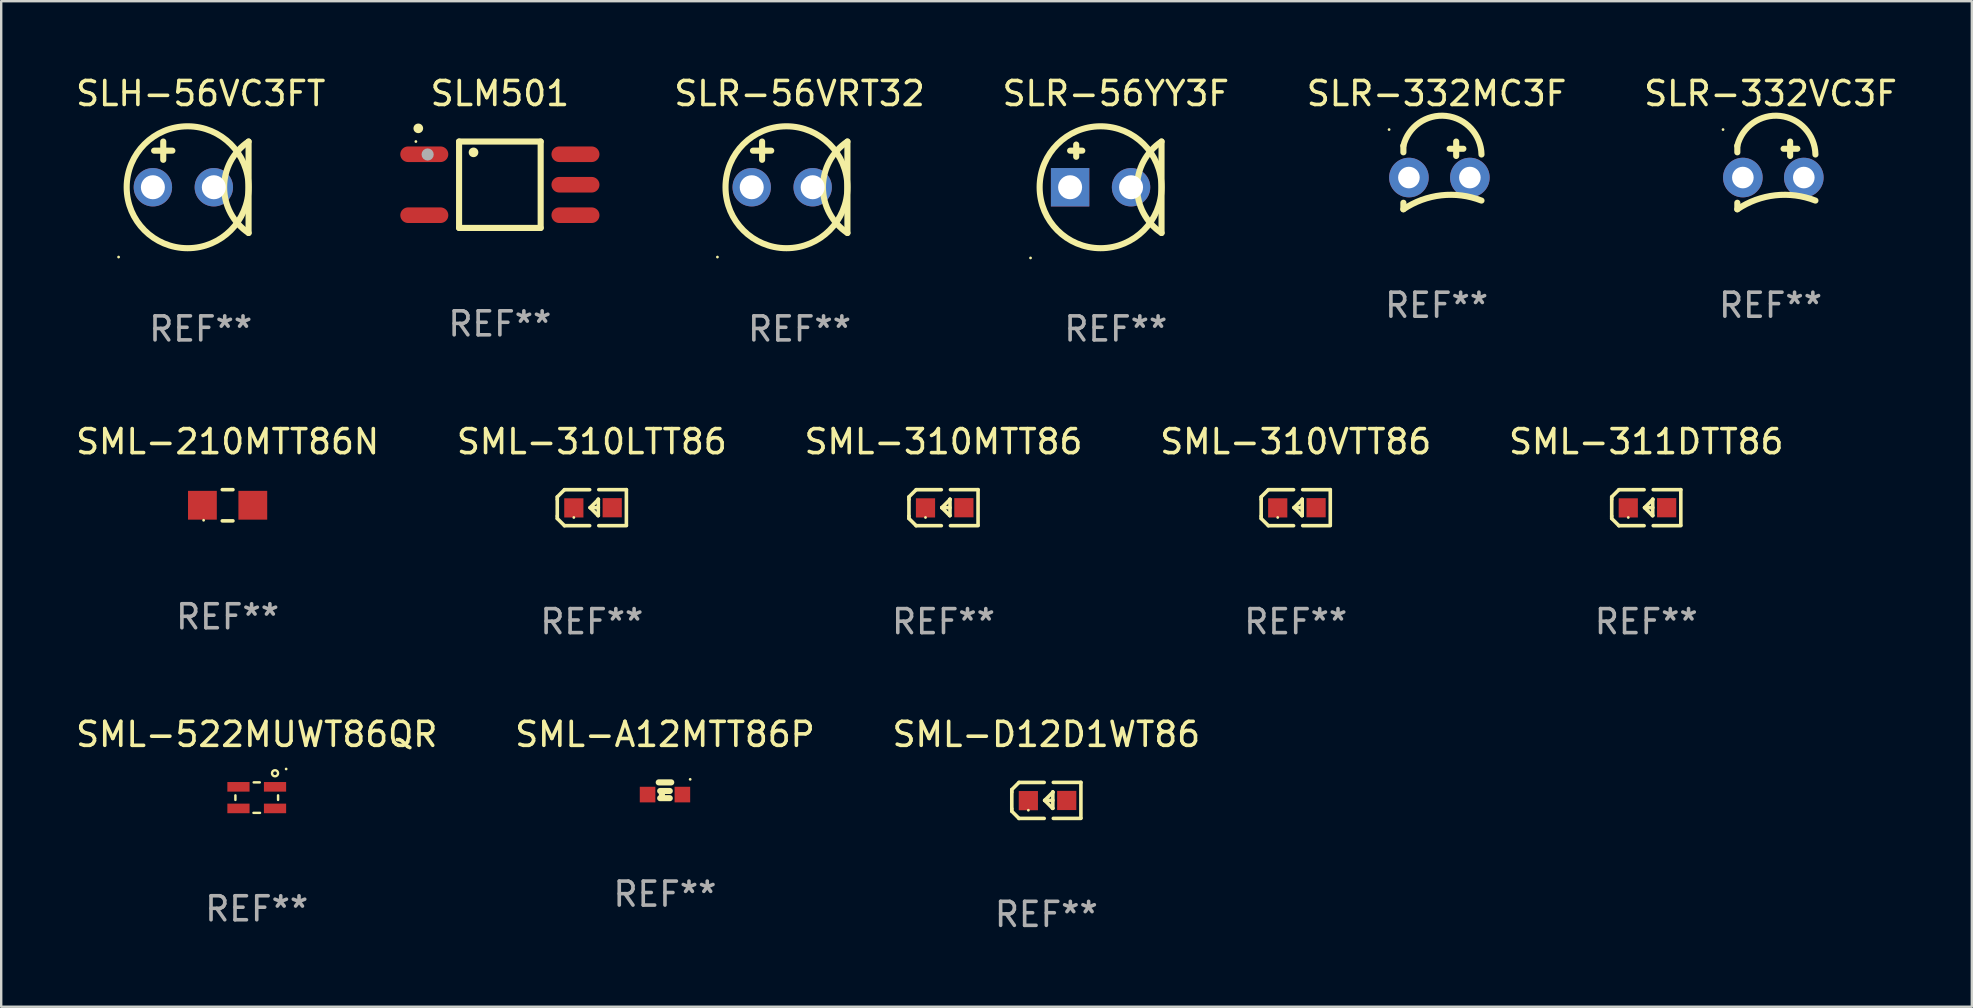
<source format=kicad_pcb>
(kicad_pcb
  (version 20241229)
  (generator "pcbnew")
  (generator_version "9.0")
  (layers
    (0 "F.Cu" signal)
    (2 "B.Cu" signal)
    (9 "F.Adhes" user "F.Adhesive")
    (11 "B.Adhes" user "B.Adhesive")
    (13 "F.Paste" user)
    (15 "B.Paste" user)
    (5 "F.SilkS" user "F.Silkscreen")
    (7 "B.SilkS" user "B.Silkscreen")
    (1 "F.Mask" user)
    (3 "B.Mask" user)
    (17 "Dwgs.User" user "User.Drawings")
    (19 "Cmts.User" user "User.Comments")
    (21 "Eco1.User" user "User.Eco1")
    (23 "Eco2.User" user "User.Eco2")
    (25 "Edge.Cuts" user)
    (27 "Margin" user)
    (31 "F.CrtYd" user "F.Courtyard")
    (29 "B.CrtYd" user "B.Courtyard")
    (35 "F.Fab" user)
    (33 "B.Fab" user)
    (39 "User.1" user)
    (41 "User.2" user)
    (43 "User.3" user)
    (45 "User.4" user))
  (footprint "SML-522MUWT86QR"
    (layer "F.Cu")
    (at 7.649 30.189)
    (property "Reference" "SML-522MUWT86QR" (at 0 -2.635 0) (layer "F.SilkS") (effects (font (size 1 1) (thickness 0.15))))
    (attr through_hole)
    (fp_line (start -0.889 -0.095) (end -0.889 0.095) (stroke (width 0.102) (type solid)) (layer "F.SilkS"))
    (fp_line (start -0.136 0.635) (end 0.136 0.635) (stroke (width 0.102) (type solid)) (layer "F.SilkS"))
    (fp_line (start -0.127 -0.635) (end 0.127 -0.635) (stroke (width 0.102) (type solid)) (layer "F.SilkS"))
    (fp_line (start 0.889 -0.095) (end 0.889 0.095) (stroke (width 0.102) (type solid)) (layer "F.SilkS"))
    (fp_circle (center 0.762 -1.016) (end 0.889 -1.016) (stroke (width 0.1) (type solid)) (fill no) (layer "F.SilkS"))
    (fp_circle (center 1.225 -1.193) (end 1.255 -1.193) (stroke (width 0.06) (type solid)) (fill no) (layer "F.SilkS"))
    (fp_text user "REF**" (at 0 4.635 0) (layer "F.Fab") (effects (font (size 1 1) (thickness 0.15))))
    (pad "1" smd rect (at 0.762 -0.45 90) (size 0.4 0.925) (layers "F.Cu" "F.Mask" "F.Paste"))
    (pad "2" smd rect (at -0.762 -0.45 90) (size 0.4 0.925) (layers "F.Cu" "F.Mask" "F.Paste"))
    (pad "3" smd rect (at 0.762 0.45 90) (size 0.4 0.925) (layers "F.Cu" "F.Mask" "F.Paste"))
    (pad "4" smd rect (at -0.762 0.45 90) (size 0.4 0.925) (layers "F.Cu" "F.Mask" "F.Paste")))
  (footprint "SML-A12MTT86P"
    (layer "F.Cu")
    (at 24.661 29.883)
    (property "Reference" "SML-A12MTT86P" (at 0 -2.329 0) (layer "F.SilkS") (effects (font (size 1 1) (thickness 0.15))))
    (attr through_hole)
    (fp_line (start -0.26 -0.329) (end 0.261 -0.329) (stroke (width 0.254) (type solid)) (layer "F.SilkS"))
    (fp_line (start -0.2 0.329) (end 0.2 0.329) (stroke (width 0.254) (type solid)) (layer "F.SilkS"))
    (fp_line (start -0.127 0.306) (end -0.127 0.052) (stroke (width 0.254) (type solid)) (layer "F.SilkS"))
    (fp_line (start 0.2 0.029) (end -0.2 0.029) (stroke (width 0.254) (type solid)) (layer "F.SilkS"))
    (fp_circle (center 1.05 -0.456) (end 1.08 -0.456) (stroke (width 0.06) (type solid)) (fill no) (layer "F.SilkS"))
    (fp_text user "REF**" (at 0 4.329 0) (layer "F.Fab") (effects (font (size 1 1) (thickness 0.15))))
    (pad "1" smd rect (at 0.725 0.179) (size 0.65 0.65) (layers "F.Cu" "F.Mask" "F.Paste"))
    (pad "2" smd rect (at -0.725 0.179) (size 0.65 0.65) (layers "F.Cu" "F.Mask" "F.Paste")))
  (footprint "SML-310VTT86"
    (layer "F.Cu")
    (at 50.946 18.106)
    (property "Reference" "SML-310VTT86" (at 0 -2.751 0) (layer "F.SilkS") (effects (font (size 1 1) (thickness 0.15))))
    (attr through_hole)
    (fp_line (start -1.44 -0.449) (end -1.14 -0.749) (stroke (width 0.15) (type solid)) (layer "F.SilkS"))
    (fp_line (start -1.44 -0.349) (end -1.44 -0.449) (stroke (width 0.15) (type solid)) (layer "F.SilkS"))
    (fp_line (start -1.44 -0.349) (end -1.44 0.351) (stroke (width 0.15) (type solid)) (layer "F.SilkS"))
    (fp_line (start -1.44 0.351) (end -1.44 0.451) (stroke (width 0.15) (type solid)) (layer "F.SilkS"))
    (fp_line (start -1.44 0.451) (end -1.14 0.751) (stroke (width 0.15) (type solid)) (layer "F.SilkS"))
    (fp_line (start -0.09 -0.749) (end -1.14 -0.749) (stroke (width 0.15) (type solid)) (layer "F.SilkS"))
    (fp_line (start -0.09 0.751) (end -1.14 0.751) (stroke (width 0.15) (type solid)) (layer "F.SilkS"))
    (fp_line (start 0.26 0.329) (end -0.07 -0.001) (stroke (width 0.15) (type solid)) (layer "F.SilkS"))
    (fp_line (start 0.27 -0.351) (end 0.27 -0.341) (stroke (width 0.15) (type solid)) (layer "F.SilkS"))
    (fp_line (start 0.27 -0.351) (end 0.27 0.329) (stroke (width 0.15) (type solid)) (layer "F.SilkS"))
    (fp_line (start 0.27 -0.341) (end -0.07 -0.001) (stroke (width 0.15) (type solid)) (layer "F.SilkS"))
    (fp_line (start 0.27 -0.001) (end -0.07 -0.001) (stroke (width 0.15) (type solid)) (layer "F.SilkS"))
    (fp_line (start 0.27 0.329) (end 0.26 0.329) (stroke (width 0.15) (type solid)) (layer "F.SilkS"))
    (fp_line (start 0.29 -0.751) (end 1.44 -0.751) (stroke (width 0.15) (type solid)) (layer "F.SilkS"))
    (fp_line (start 0.29 0.749) (end 1.44 0.749) (stroke (width 0.15) (type solid)) (layer "F.SilkS"))
    (fp_line (start 1.44 -0.751) (end 1.44 0.729) (stroke (width 0.15) (type solid)) (layer "F.SilkS"))
    (fp_circle (center -0.75 0.409) (end -0.72 0.409) (stroke (width 0.06) (type solid)) (fill no) (layer "F.SilkS"))
    (fp_text user "REF**" (at 0 4.751 0) (layer "F.Fab") (effects (font (size 1 1) (thickness 0.15))))
    (pad "1" smd rect (at -0.75 0.009 90) (size 0.8 0.8) (layers "F.Cu" "F.Mask" "F.Paste"))
    (pad "2" smd rect (at 0.849 0.002 90) (size 0.8 0.8) (layers "F.Cu" "F.Mask" "F.Paste")))
  (footprint "SLR-56VRT32"
    (layer "F.Cu")
    (at 30.27 4.753)
    (property "Reference" "SLR-56VRT32" (at 0 -3.905 0) (layer "F.SilkS") (effects (font (size 1 1) (thickness 0.15))))
    (attr through_hole)
    (fp_line (start -1.943 -1.524) (end -1.181 -1.524) (stroke (width 0.254) (type solid)) (layer "F.SilkS"))
    (fp_line (start -1.562 -1.143) (end -1.562 -1.905) (stroke (width 0.254) (type solid)) (layer "F.SilkS"))
    (fp_line (start 1.994 1.905) (end 1.994 -1.905) (stroke (width 0.254) (type solid)) (layer "F.SilkS"))
    (fp_arc (start 1.993899 1.905) (mid 0.974377 0) (end 1.993899 -1.905) (stroke (width 0.254001) (type solid)) (layer "F.SilkS"))
    (fp_circle (center -3.423 2.909) (end -3.393 2.909) (stroke (width 0.06) (type solid)) (fill no) (layer "F.SilkS"))
    (fp_circle (center -0.546 0) (end 1.994 0) (stroke (width 0.254) (type solid)) (fill no) (layer "F.SilkS"))
    (fp_text user "REF**" (at 0 5.905 0) (layer "F.Fab") (effects (font (size 1 1) (thickness 0.15))))
    (pad "1" thru_hole circle (at -1.994 0) (size 1.6 1.6) (drill 1) (layers "*.Cu" "*.Mask"))
    (pad "2" thru_hole circle (at 0.546 0) (size 1.6 1.6) (drill 1) (layers "*.Cu" "*.Mask")))
  (footprint "SLR-56YY3F"
    (layer "F.Cu")
    (at 43.449 4.753)
    (property "Reference" "SLR-56YY3F" (at 0 -3.905 0) (layer "F.SilkS") (effects (font (size 1 1) (thickness 0.15))))
    (attr through_hole)
    (fp_line (start -1.905 -1.524) (end -1.397 -1.524) (stroke (width 0.254) (type solid)) (layer "F.SilkS"))
    (fp_line (start -1.651 -1.778) (end -1.651 -1.27) (stroke (width 0.254) (type solid)) (layer "F.SilkS"))
    (fp_line (start 1.905 1.905) (end 1.905 -1.905) (stroke (width 0.254) (type solid)) (layer "F.SilkS"))
    (fp_arc (start 1.904999 1.905) (mid 0.885477 0) (end 1.904999 -1.905) (stroke (width 0.254001) (type solid)) (layer "F.SilkS"))
    (fp_circle (center -3.554 2.946) (end -3.524 2.946) (stroke (width 0.06) (type solid)) (fill no) (layer "F.SilkS"))
    (fp_circle (center -0.635 0) (end 1.905 0) (stroke (width 0.254) (type solid)) (fill no) (layer "F.SilkS"))
    (fp_text user "REF**" (at 0 5.905 0) (layer "F.Fab") (effects (font (size 1 1) (thickness 0.15))))
    (pad "1" thru_hole rect (at -1.905 0) (size 1.6 1.6) (drill 1) (layers "*.Cu" "*.Mask"))
    (pad "2" thru_hole circle (at 0.635 0) (size 1.6 1.6) (drill 1) (layers "*.Cu" "*.Mask")))
  (footprint "SLR-332VC3F"
    (layer "F.Cu")
    (at 70.734 4.26)
    (property "Reference" "SLR-332VC3F" (at 0 -3.411 0) (layer "F.SilkS") (effects (font (size 1 1) (thickness 0.15))))
    (attr through_hole)
    (fp_line (start -1.385 -1.234) (end -1.385 -0.962) (stroke (width 0.254) (type solid)) (layer "F.SilkS"))
    (fp_line (start -1.385 1.139) (end -1.385 1.411) (stroke (width 0.254) (type solid)) (layer "F.SilkS"))
    (fp_line (start 0.542 -1.111) (end 1.115 -1.111) (stroke (width 0.254) (type solid)) (layer "F.SilkS"))
    (fp_line (start 0.815 -1.411) (end 0.815 -0.811) (stroke (width 0.254) (type solid)) (layer "F.SilkS"))
    (fp_arc (start -1.385002 -1.234341) (mid 0.401104 -2.478941) (end 1.869406 -0.871679) (stroke (width 0.254001) (type solid)) (layer "F.SilkS"))
    (fp_arc (start -1.385001 1.41143) (mid 0.197508 0.829029) (end 1.869405 1.048768) (stroke (width 0.254001) (type solid)) (layer "F.SilkS"))
    (fp_circle (center -1.981 -1.911) (end -1.951 -1.911) (stroke (width 0.06) (type solid)) (fill no) (layer "F.SilkS"))
    (fp_text user "REF**" (at 0 5.411 0) (layer "F.Fab") (effects (font (size 1 1) (thickness 0.15))))
    (pad "1" thru_hole circle (at -1.155 0.089) (size 1.651 1.651) (drill 0.9) (layers "*.Cu" "*.Mask"))
    (pad "2" thru_hole circle (at 1.385 0.089) (size 1.651 1.651) (drill 0.9) (layers "*.Cu" "*.Mask")))
  (footprint "SLH-56VC3FT"
    (layer "F.Cu")
    (at 5.315 4.753)
    (property "Reference" "SLH-56VC3FT" (at 0 -3.905 0) (layer "F.SilkS") (effects (font (size 1 1) (thickness 0.15))))
    (attr through_hole)
    (fp_line (start -1.943 -1.524) (end -1.181 -1.524) (stroke (width 0.254) (type solid)) (layer "F.SilkS"))
    (fp_line (start -1.562 -1.143) (end -1.562 -1.905) (stroke (width 0.254) (type solid)) (layer "F.SilkS"))
    (fp_line (start 1.994 1.905) (end 1.994 -1.905) (stroke (width 0.254) (type solid)) (layer "F.SilkS"))
    (fp_arc (start 1.993899 1.905) (mid 0.974377 0) (end 1.993899 -1.905) (stroke (width 0.254001) (type solid)) (layer "F.SilkS"))
    (fp_circle (center -3.423 2.909) (end -3.393 2.909) (stroke (width 0.06) (type solid)) (fill no) (layer "F.SilkS"))
    (fp_circle (center -0.546 0) (end 1.994 0) (stroke (width 0.254) (type solid)) (fill no) (layer "F.SilkS"))
    (fp_text user "REF**" (at 0 5.905 0) (layer "F.Fab") (effects (font (size 1 1) (thickness 0.15))))
    (pad "1" thru_hole circle (at -1.994 0) (size 1.6 1.6) (drill 1) (layers "*.Cu" "*.Mask"))
    (pad "2" thru_hole circle (at 0.546 0) (size 1.6 1.6) (drill 1) (layers "*.Cu" "*.Mask")))
  (footprint "SML-311DTT86"
    (layer "F.Cu")
    (at 65.554 18.106)
    (property "Reference" "SML-311DTT86" (at 0 -2.751 0) (layer "F.SilkS") (effects (font (size 1 1) (thickness 0.15))))
    (attr through_hole)
    (fp_line (start -1.44 -0.449) (end -1.14 -0.749) (stroke (width 0.15) (type solid)) (layer "F.SilkS"))
    (fp_line (start -1.44 -0.349) (end -1.44 -0.449) (stroke (width 0.15) (type solid)) (layer "F.SilkS"))
    (fp_line (start -1.44 -0.349) (end -1.44 0.351) (stroke (width 0.15) (type solid)) (layer "F.SilkS"))
    (fp_line (start -1.44 0.351) (end -1.44 0.451) (stroke (width 0.15) (type solid)) (layer "F.SilkS"))
    (fp_line (start -1.44 0.451) (end -1.14 0.751) (stroke (width 0.15) (type solid)) (layer "F.SilkS"))
    (fp_line (start -0.09 -0.749) (end -1.14 -0.749) (stroke (width 0.15) (type solid)) (layer "F.SilkS"))
    (fp_line (start -0.09 0.751) (end -1.14 0.751) (stroke (width 0.15) (type solid)) (layer "F.SilkS"))
    (fp_line (start 0.26 0.329) (end -0.07 -0.001) (stroke (width 0.15) (type solid)) (layer "F.SilkS"))
    (fp_line (start 0.27 -0.351) (end 0.27 -0.341) (stroke (width 0.15) (type solid)) (layer "F.SilkS"))
    (fp_line (start 0.27 -0.351) (end 0.27 0.329) (stroke (width 0.15) (type solid)) (layer "F.SilkS"))
    (fp_line (start 0.27 -0.341) (end -0.07 -0.001) (stroke (width 0.15) (type solid)) (layer "F.SilkS"))
    (fp_line (start 0.27 -0.001) (end -0.07 -0.001) (stroke (width 0.15) (type solid)) (layer "F.SilkS"))
    (fp_line (start 0.27 0.329) (end 0.26 0.329) (stroke (width 0.15) (type solid)) (layer "F.SilkS"))
    (fp_line (start 0.29 -0.751) (end 1.44 -0.751) (stroke (width 0.15) (type solid)) (layer "F.SilkS"))
    (fp_line (start 0.29 0.749) (end 1.44 0.749) (stroke (width 0.15) (type solid)) (layer "F.SilkS"))
    (fp_line (start 1.44 -0.751) (end 1.44 0.729) (stroke (width 0.15) (type solid)) (layer "F.SilkS"))
    (fp_circle (center -0.75 0.409) (end -0.72 0.409) (stroke (width 0.06) (type solid)) (fill no) (layer "F.SilkS"))
    (fp_text user "REF**" (at 0 4.751 0) (layer "F.Fab") (effects (font (size 1 1) (thickness 0.15))))
    (pad "1" smd rect (at -0.75 0.009 90) (size 0.8 0.8) (layers "F.Cu" "F.Mask" "F.Paste"))
    (pad "2" smd rect (at 0.849 0.002 90) (size 0.8 0.8) (layers "F.Cu" "F.Mask" "F.Paste")))
  (footprint "SLR-332MC3F"
    (layer "F.Cu")
    (at 56.818 4.26)
    (property "Reference" "SLR-332MC3F" (at 0 -3.411 0) (layer "F.SilkS") (effects (font (size 1 1) (thickness 0.15))))
    (attr through_hole)
    (fp_line (start -1.385 -1.234) (end -1.385 -0.962) (stroke (width 0.254) (type solid)) (layer "F.SilkS"))
    (fp_line (start -1.385 1.139) (end -1.385 1.411) (stroke (width 0.254) (type solid)) (layer "F.SilkS"))
    (fp_line (start 0.542 -1.111) (end 1.115 -1.111) (stroke (width 0.254) (type solid)) (layer "F.SilkS"))
    (fp_line (start 0.815 -1.411) (end 0.815 -0.811) (stroke (width 0.254) (type solid)) (layer "F.SilkS"))
    (fp_arc (start -1.385002 -1.234341) (mid 0.401104 -2.478941) (end 1.869406 -0.871679) (stroke (width 0.254001) (type solid)) (layer "F.SilkS"))
    (fp_arc (start -1.385001 1.41143) (mid 0.197508 0.829029) (end 1.869405 1.048768) (stroke (width 0.254001) (type solid)) (layer "F.SilkS"))
    (fp_circle (center -1.981 -1.911) (end -1.951 -1.911) (stroke (width 0.06) (type solid)) (fill no) (layer "F.SilkS"))
    (fp_text user "REF**" (at 0 5.411 0) (layer "F.Fab") (effects (font (size 1 1) (thickness 0.15))))
    (pad "1" thru_hole circle (at -1.155 0.089) (size 1.651 1.651) (drill 0.9) (layers "*.Cu" "*.Mask"))
    (pad "2" thru_hole circle (at 1.385 0.089) (size 1.651 1.651) (drill 0.9) (layers "*.Cu" "*.Mask")))
  (footprint "SML-D12D1WT86"
    (layer "F.Cu")
    (at 40.554 30.305)
    (property "Reference" "SML-D12D1WT86" (at 0 -2.751 0) (layer "F.SilkS") (effects (font (size 1 1) (thickness 0.15))))
    (attr through_hole)
    (fp_line (start -1.44 -0.449) (end -1.14 -0.749) (stroke (width 0.15) (type solid)) (layer "F.SilkS"))
    (fp_line (start -1.44 -0.349) (end -1.44 -0.449) (stroke (width 0.15) (type solid)) (layer "F.SilkS"))
    (fp_line (start -1.44 -0.349) (end -1.44 0.351) (stroke (width 0.15) (type solid)) (layer "F.SilkS"))
    (fp_line (start -1.44 0.351) (end -1.44 0.451) (stroke (width 0.15) (type solid)) (layer "F.SilkS"))
    (fp_line (start -1.44 0.451) (end -1.14 0.751) (stroke (width 0.15) (type solid)) (layer "F.SilkS"))
    (fp_line (start -0.09 -0.749) (end -1.14 -0.749) (stroke (width 0.15) (type solid)) (layer "F.SilkS"))
    (fp_line (start -0.09 0.751) (end -1.14 0.751) (stroke (width 0.15) (type solid)) (layer "F.SilkS"))
    (fp_line (start 0.26 0.329) (end -0.07 -0.001) (stroke (width 0.15) (type solid)) (layer "F.SilkS"))
    (fp_line (start 0.27 -0.351) (end 0.27 -0.341) (stroke (width 0.15) (type solid)) (layer "F.SilkS"))
    (fp_line (start 0.27 -0.351) (end 0.27 0.329) (stroke (width 0.15) (type solid)) (layer "F.SilkS"))
    (fp_line (start 0.27 -0.341) (end -0.07 -0.001) (stroke (width 0.15) (type solid)) (layer "F.SilkS"))
    (fp_line (start 0.27 -0.001) (end -0.07 -0.001) (stroke (width 0.15) (type solid)) (layer "F.SilkS"))
    (fp_line (start 0.27 0.329) (end 0.26 0.329) (stroke (width 0.15) (type solid)) (layer "F.SilkS"))
    (fp_line (start 0.29 -0.751) (end 1.44 -0.751) (stroke (width 0.15) (type solid)) (layer "F.SilkS"))
    (fp_line (start 0.29 0.749) (end 1.44 0.749) (stroke (width 0.15) (type solid)) (layer "F.SilkS"))
    (fp_line (start 1.44 -0.751) (end 1.44 0.729) (stroke (width 0.15) (type solid)) (layer "F.SilkS"))
    (fp_circle (center -0.75 0.409) (end -0.72 0.409) (stroke (width 0.06) (type solid)) (fill no) (layer "F.SilkS"))
    (fp_text user "REF**" (at 0 4.751 0) (layer "F.Fab") (effects (font (size 1 1) (thickness 0.15))))
    (pad "1" smd rect (at -0.75 0.009 90) (size 0.8 0.8) (layers "F.Cu" "F.Mask" "F.Paste"))
    (pad "2" smd rect (at 0.849 0.002 90) (size 0.8 0.8) (layers "F.Cu" "F.Mask" "F.Paste")))
  (footprint "SML-310LTT86"
    (layer "F.Cu")
    (at 21.613 18.106)
    (property "Reference" "SML-310LTT86" (at 0 -2.751 0) (layer "F.SilkS") (effects (font (size 1 1) (thickness 0.15))))
    (attr through_hole)
    (fp_line (start -1.44 -0.449) (end -1.14 -0.749) (stroke (width 0.15) (type solid)) (layer "F.SilkS"))
    (fp_line (start -1.44 -0.349) (end -1.44 -0.449) (stroke (width 0.15) (type solid)) (layer "F.SilkS"))
    (fp_line (start -1.44 -0.349) (end -1.44 0.351) (stroke (width 0.15) (type solid)) (layer "F.SilkS"))
    (fp_line (start -1.44 0.351) (end -1.44 0.451) (stroke (width 0.15) (type solid)) (layer "F.SilkS"))
    (fp_line (start -1.44 0.451) (end -1.14 0.751) (stroke (width 0.15) (type solid)) (layer "F.SilkS"))
    (fp_line (start -0.09 -0.749) (end -1.14 -0.749) (stroke (width 0.15) (type solid)) (layer "F.SilkS"))
    (fp_line (start -0.09 0.751) (end -1.14 0.751) (stroke (width 0.15) (type solid)) (layer "F.SilkS"))
    (fp_line (start 0.26 0.329) (end -0.07 -0.001) (stroke (width 0.15) (type solid)) (layer "F.SilkS"))
    (fp_line (start 0.27 -0.351) (end 0.27 -0.341) (stroke (width 0.15) (type solid)) (layer "F.SilkS"))
    (fp_line (start 0.27 -0.351) (end 0.27 0.329) (stroke (width 0.15) (type solid)) (layer "F.SilkS"))
    (fp_line (start 0.27 -0.341) (end -0.07 -0.001) (stroke (width 0.15) (type solid)) (layer "F.SilkS"))
    (fp_line (start 0.27 -0.001) (end -0.07 -0.001) (stroke (width 0.15) (type solid)) (layer "F.SilkS"))
    (fp_line (start 0.27 0.329) (end 0.26 0.329) (stroke (width 0.15) (type solid)) (layer "F.SilkS"))
    (fp_line (start 0.29 -0.751) (end 1.44 -0.751) (stroke (width 0.15) (type solid)) (layer "F.SilkS"))
    (fp_line (start 0.29 0.749) (end 1.44 0.749) (stroke (width 0.15) (type solid)) (layer "F.SilkS"))
    (fp_line (start 1.44 -0.751) (end 1.44 0.729) (stroke (width 0.15) (type solid)) (layer "F.SilkS"))
    (fp_circle (center -0.75 0.409) (end -0.72 0.409) (stroke (width 0.06) (type solid)) (fill no) (layer "F.SilkS"))
    (fp_text user "REF**" (at 0 4.751 0) (layer "F.Fab") (effects (font (size 1 1) (thickness 0.15))))
    (pad "1" smd rect (at -0.75 0.009 90) (size 0.8 0.8) (layers "F.Cu" "F.Mask" "F.Paste"))
    (pad "2" smd rect (at 0.849 0.002 90) (size 0.8 0.8) (layers "F.Cu" "F.Mask" "F.Paste")))
  (footprint "SLM501"
    (layer "F.Cu")
    (at 17.781 4.648)
    (property "Reference" "SLM501" (at 0 -3.8 0) (layer "F.SilkS") (effects (font (size 1 1) (thickness 0.15))))
    (attr through_hole)
    (fp_line (start -1.7 -1.8) (end -1.7 1.8) (stroke (width 0.254) (type solid)) (layer "F.SilkS"))
    (fp_line (start -1.7 1.8) (end 1.7 1.8) (stroke (width 0.254) (type solid)) (layer "F.SilkS"))
    (fp_line (start 1.7 -1.8) (end -1.7 -1.8) (stroke (width 0.254) (type solid)) (layer "F.SilkS"))
    (fp_line (start 1.7 1.8) (end 1.7 -1.8) (stroke (width 0.254) (type solid)) (layer "F.SilkS"))
    (fp_arc (start -3.400889 -2.349505) (mid -3.399619 -2.34951) (end -3.398349 -2.349505) (stroke (width 0.4) (type solid)) (layer "F.SilkS"))
    (fp_arc (start -1.099644 -1.348743) (mid -1.098374 -1.348747) (end -1.097104 -1.348743) (stroke (width 0.4) (type solid)) (layer "F.SilkS"))
    (fp_circle (center -3.5 -1.8) (end -3.47 -1.8) (stroke (width 0.06) (type solid)) (fill no) (layer "F.SilkS"))
    (fp_circle (center -3.01 -1.26) (end -2.883 -1.26) (stroke (width 0.254) (type solid)) (fill no) (layer "F.Fab"))
    (fp_text user "REF**" (at 0 5.8 0) (layer "F.Fab") (effects (font (size 1 1) (thickness 0.15))))
    (pad "1" smd oval (at -3.15 -1.27 90) (size 0.65 2) (layers "F.Cu" "F.Mask" "F.Paste"))
    (pad "2" smd oval (at -3.149 1.27 90) (size 0.65 2) (layers "F.Cu" "F.Mask" "F.Paste"))
    (pad "3" smd oval (at 3.15 1.27 90) (size 0.65 2) (layers "F.Cu" "F.Mask" "F.Paste"))
    (pad "4" smd oval (at 3.15 0.000076 90) (size 0.65 2) (layers "F.Cu" "F.Mask" "F.Paste"))
    (pad "5" smd oval (at 3.15 -1.27 90) (size 0.65 2) (layers "F.Cu" "F.Mask" "F.Paste")))
  (footprint "SML-310MTT86"
    (layer "F.Cu")
    (at 36.268 18.106)
    (property "Reference" "SML-310MTT86" (at 0 -2.751 0) (layer "F.SilkS") (effects (font (size 1 1) (thickness 0.15))))
    (attr through_hole)
    (fp_line (start -1.44 -0.449) (end -1.14 -0.749) (stroke (width 0.15) (type solid)) (layer "F.SilkS"))
    (fp_line (start -1.44 -0.349) (end -1.44 -0.449) (stroke (width 0.15) (type solid)) (layer "F.SilkS"))
    (fp_line (start -1.44 -0.349) (end -1.44 0.351) (stroke (width 0.15) (type solid)) (layer "F.SilkS"))
    (fp_line (start -1.44 0.351) (end -1.44 0.451) (stroke (width 0.15) (type solid)) (layer "F.SilkS"))
    (fp_line (start -1.44 0.451) (end -1.14 0.751) (stroke (width 0.15) (type solid)) (layer "F.SilkS"))
    (fp_line (start -0.09 -0.749) (end -1.14 -0.749) (stroke (width 0.15) (type solid)) (layer "F.SilkS"))
    (fp_line (start -0.09 0.751) (end -1.14 0.751) (stroke (width 0.15) (type solid)) (layer "F.SilkS"))
    (fp_line (start 0.26 0.329) (end -0.07 -0.001) (stroke (width 0.15) (type solid)) (layer "F.SilkS"))
    (fp_line (start 0.27 -0.351) (end 0.27 -0.341) (stroke (width 0.15) (type solid)) (layer "F.SilkS"))
    (fp_line (start 0.27 -0.351) (end 0.27 0.329) (stroke (width 0.15) (type solid)) (layer "F.SilkS"))
    (fp_line (start 0.27 -0.341) (end -0.07 -0.001) (stroke (width 0.15) (type solid)) (layer "F.SilkS"))
    (fp_line (start 0.27 -0.001) (end -0.07 -0.001) (stroke (width 0.15) (type solid)) (layer "F.SilkS"))
    (fp_line (start 0.27 0.329) (end 0.26 0.329) (stroke (width 0.15) (type solid)) (layer "F.SilkS"))
    (fp_line (start 0.29 -0.751) (end 1.44 -0.751) (stroke (width 0.15) (type solid)) (layer "F.SilkS"))
    (fp_line (start 0.29 0.749) (end 1.44 0.749) (stroke (width 0.15) (type solid)) (layer "F.SilkS"))
    (fp_line (start 1.44 -0.751) (end 1.44 0.729) (stroke (width 0.15) (type solid)) (layer "F.SilkS"))
    (fp_circle (center -0.75 0.409) (end -0.72 0.409) (stroke (width 0.06) (type solid)) (fill no) (layer "F.SilkS"))
    (fp_text user "REF**" (at 0 4.751 0) (layer "F.Fab") (effects (font (size 1 1) (thickness 0.15))))
    (pad "1" smd rect (at -0.75 0.009 90) (size 0.8 0.8) (layers "F.Cu" "F.Mask" "F.Paste"))
    (pad "2" smd rect (at 0.849 0.002 90) (size 0.8 0.8) (layers "F.Cu" "F.Mask" "F.Paste")))
  (footprint "SML-210MTT86N"
    (layer "F.Cu")
    (at 6.435 18.005)
    (property "Reference" "SML-210MTT86N" (at 0 -2.65 0) (layer "F.SilkS") (effects (font (size 1 1) (thickness 0.15))))
    (attr through_hole)
    (fp_line (start -0.222 -0.65) (end 0.222 -0.65) (stroke (width 0.15) (type solid)) (layer "F.SilkS"))
    (fp_line (start -0.222 0.65) (end 0.222 0.65) (stroke (width 0.15) (type solid)) (layer "F.SilkS"))
    (fp_circle (center -1 0.625) (end -0.97 0.625) (stroke (width 0.06) (type solid)) (fill no) (layer "F.SilkS"))
    (fp_text user "REF**" (at 0 4.65 0) (layer "F.Fab") (effects (font (size 1 1) (thickness 0.15))))
    (pad "1" smd rect (at -1.05 0) (size 1.2 1.2) (layers "F.Cu" "F.Mask" "F.Paste"))
    (pad "2" smd rect (at 1.05 0) (size 1.2 1.2) (layers "F.Cu" "F.Mask" "F.Paste")))
  (gr_rect
    (start -3 -3)
    (end 79.121 38.904)
    (stroke (width 0.1) (type default))
    (fill no)
    (layer "Edge.Cuts")))
</source>
